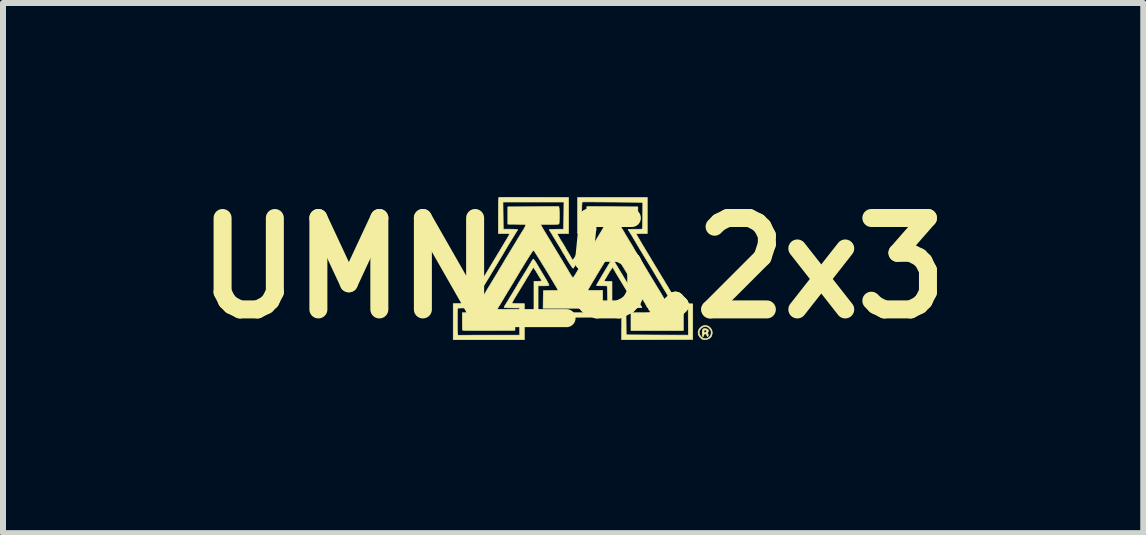
<source format=kicad_pcb>
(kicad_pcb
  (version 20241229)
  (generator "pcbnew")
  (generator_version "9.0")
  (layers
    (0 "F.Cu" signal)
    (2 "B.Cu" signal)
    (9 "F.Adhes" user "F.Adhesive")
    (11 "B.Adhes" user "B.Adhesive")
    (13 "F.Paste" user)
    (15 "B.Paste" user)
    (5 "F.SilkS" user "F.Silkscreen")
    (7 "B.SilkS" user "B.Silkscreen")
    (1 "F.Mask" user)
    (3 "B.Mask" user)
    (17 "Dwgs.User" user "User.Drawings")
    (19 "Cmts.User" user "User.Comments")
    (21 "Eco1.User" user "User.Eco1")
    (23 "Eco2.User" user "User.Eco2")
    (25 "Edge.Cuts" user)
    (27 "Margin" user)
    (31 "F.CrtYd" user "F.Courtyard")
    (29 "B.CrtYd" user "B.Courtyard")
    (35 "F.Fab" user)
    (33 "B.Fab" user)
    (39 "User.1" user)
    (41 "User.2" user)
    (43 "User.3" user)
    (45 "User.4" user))
  (footprint "UMN_5.2x3"
    (layer "F.Cu")
    (at 6.502 1.418)
    (property "Reference" "UMN_5.2x3" (at 0 0 0) (layer "F.SilkS") (effects (font (size 1.524 1.524) (thickness 0.3))))
    (attr through_hole)
    (fp_poly (pts (xy 2.211 1.011) (xy 2.213 1.011) (xy 2.24 1.021) (xy 2.254 1.036) (xy 2.255 1.055) (xy 2.248 1.067) (xy 2.24 1.081) (xy 2.243 1.088) (xy 2.25 1.098) (xy 2.252 1.115) (xy 2.251 1.132) (xy 2.245 1.141) (xy 2.242 1.141) (xy 2.232 1.131) (xy 2.227 1.117) (xy 2.217 1.101) (xy 2.202 1.095) (xy 2.188 1.099) (xy 2.18 1.113) (xy 2.18 1.117) (xy 2.176 1.134) (xy 2.167 1.141) (xy 2.157 1.137) (xy 2.154 1.132) (xy 2.152 1.117) (xy 2.152 1.092) (xy 2.152 1.071) (xy 2.155 1.044) (xy 2.18 1.044) (xy 2.18 1.052) (xy 2.183 1.069) (xy 2.188 1.075) (xy 2.202 1.074) (xy 2.203 1.074) (xy 2.221 1.064) (xy 2.225 1.052) (xy 2.224 1.038) (xy 2.214 1.033) (xy 2.203 1.033) (xy 2.185 1.035) (xy 2.18 1.044) (xy 2.155 1.044) (xy 2.156 1.037) (xy 2.166 1.017) (xy 2.183 1.009) (xy 2.211 1.011)) (stroke (width 0.01) (type solid)) (fill yes) (layer "F.SilkS"))
    (fp_poly (pts (xy 2.242 0.964) (xy 2.276 0.985) (xy 2.302 1.015) (xy 2.317 1.051) (xy 2.319 1.091) (xy 2.308 1.131) (xy 2.303 1.141) (xy 2.277 1.169) (xy 2.241 1.186) (xy 2.201 1.194) (xy 2.161 1.188) (xy 2.154 1.186) (xy 2.133 1.171) (xy 2.111 1.148) (xy 2.094 1.122) (xy 2.086 1.104) (xy 2.084 1.066) (xy 2.102 1.066) (xy 2.104 1.098) (xy 2.113 1.118) (xy 2.13 1.141) (xy 2.137 1.149) (xy 2.17 1.171) (xy 2.207 1.177) (xy 2.247 1.167) (xy 2.252 1.164) (xy 2.28 1.141) (xy 2.298 1.107) (xy 2.303 1.07) (xy 2.3 1.048) (xy 2.289 1.028) (xy 2.27 1.007) (xy 2.248 0.986) (xy 2.229 0.977) (xy 2.206 0.974) (xy 2.201 0.974) (xy 2.166 0.981) (xy 2.136 1.002) (xy 2.113 1.031) (xy 2.102 1.066) (xy 2.084 1.066) (xy 2.084 1.064) (xy 2.096 1.026) (xy 2.12 0.993) (xy 2.152 0.969) (xy 2.19 0.957) (xy 2.201 0.957) (xy 2.242 0.964)) (stroke (width 0.01) (type solid)) (fill yes) (layer "F.SilkS"))
    (fp_poly (pts (xy 1.079 -1.02) (xy 1.079 -0.732) (xy 0.929 -0.73) (xy 0.876 -0.729) (xy 0.832 -0.727) (xy 0.8 -0.724) (xy 0.782 -0.722) (xy 0.779 -0.72) (xy 0.783 -0.709) (xy 0.795 -0.688) (xy 0.811 -0.661) (xy 0.817 -0.652) (xy 0.834 -0.624) (xy 0.848 -0.603) (xy 0.855 -0.591) (xy 0.855 -0.589) (xy 0.859 -0.581) (xy 0.871 -0.562) (xy 0.889 -0.532) (xy 0.911 -0.495) (xy 0.931 -0.461) (xy 0.956 -0.421) (xy 0.978 -0.385) (xy 0.994 -0.357) (xy 1.005 -0.339) (xy 1.008 -0.334) (xy 1.012 -0.326) (xy 1.023 -0.306) (xy 1.04 -0.278) (xy 1.061 -0.244) (xy 1.064 -0.239) (xy 1.086 -0.204) (xy 1.114 -0.157) (xy 1.147 -0.104) (xy 1.18 -0.048) (xy 1.214 0.007) (xy 1.22 0.017) (xy 1.254 0.074) (xy 1.29 0.134) (xy 1.326 0.194) (xy 1.359 0.248) (xy 1.386 0.293) (xy 1.388 0.296) (xy 1.418 0.345) (xy 1.441 0.383) (xy 1.46 0.413) (xy 1.475 0.44) (xy 1.491 0.467) (xy 1.508 0.496) (xy 1.508 0.497) (xy 1.52 0.518) (xy 1.539 0.549) (xy 1.56 0.584) (xy 1.574 0.605) (xy 1.596 0.641) (xy 1.616 0.675) (xy 1.632 0.702) (xy 1.638 0.713) (xy 1.655 0.745) (xy 1.837 0.745) (xy 1.837 1.041) (xy 0.965 1.041) (xy 0.965 0.745) (xy 1.126 0.745) (xy 1.185 0.745) (xy 1.228 0.744) (xy 1.258 0.742) (xy 1.277 0.739) (xy 1.285 0.733) (xy 1.285 0.725) (xy 1.278 0.714) (xy 1.27 0.703) (xy 1.258 0.685) (xy 1.253 0.671) (xy 1.248 0.661) (xy 1.245 0.66) (xy 1.236 0.655) (xy 1.236 0.653) (xy 1.232 0.644) (xy 1.22 0.622) (xy 1.202 0.59) (xy 1.178 0.55) (xy 1.151 0.504) (xy 1.129 0.469) (xy 1.1 0.42) (xy 1.064 0.36) (xy 1.023 0.292) (xy 0.978 0.217) (xy 0.932 0.14) (xy 0.885 0.063) (xy 0.841 -0.011) (xy 0.84 -0.011) (xy 0.801 -0.076) (xy 0.765 -0.135) (xy 0.732 -0.188) (xy 0.703 -0.233) (xy 0.68 -0.269) (xy 0.663 -0.294) (xy 0.653 -0.306) (xy 0.651 -0.308) (xy 0.646 -0.299) (xy 0.633 -0.278) (xy 0.613 -0.247) (xy 0.588 -0.206) (xy 0.559 -0.158) (xy 0.527 -0.105) (xy 0.493 -0.049) (xy 0.458 0.008) (xy 0.423 0.066) (xy 0.39 0.121) (xy 0.36 0.172) (xy 0.333 0.217) (xy 0.31 0.254) (xy 0.294 0.282) (xy 0.287 0.295) (xy 0.272 0.32) (xy 0.258 0.343) (xy 0.257 0.344) (xy 0.249 0.36) (xy 0.248 0.37) (xy 0.258 0.372) (xy 0.282 0.373) (xy 0.316 0.373) (xy 0.358 0.373) (xy 0.372 0.373) (xy 0.49 0.371) (xy 0.493 0.517) (xy 0.493 0.564) (xy 0.494 0.606) (xy 0.493 0.639) (xy 0.493 0.659) (xy 0.492 0.665) (xy 0.483 0.666) (xy 0.459 0.667) (xy 0.42 0.667) (xy 0.37 0.668) (xy 0.308 0.668) (xy 0.237 0.668) (xy 0.158 0.669) (xy 0.072 0.669) (xy -0.006 0.669) (xy -0.5 0.669) (xy -0.498 0.523) (xy -0.495 0.377) (xy -0.374 0.375) (xy -0.331 0.375) (xy -0.294 0.374) (xy -0.266 0.373) (xy -0.252 0.372) (xy -0.25 0.371) (xy -0.253 0.363) (xy -0.264 0.343) (xy -0.282 0.311) (xy -0.306 0.27) (xy -0.335 0.222) (xy -0.367 0.169) (xy -0.402 0.111) (xy -0.438 0.051) (xy -0.475 -0.009) (xy -0.512 -0.068) (xy -0.546 -0.124) (xy -0.578 -0.175) (xy -0.607 -0.22) (xy -0.63 -0.257) (xy -0.648 -0.283) (xy -0.658 -0.298) (xy -0.661 -0.301) (xy -0.667 -0.294) (xy -0.681 -0.274) (xy -0.701 -0.244) (xy -0.726 -0.205) (xy -0.755 -0.159) (xy -0.787 -0.108) (xy -0.82 -0.054) (xy -0.854 0.001) (xy -0.887 0.055) (xy -0.917 0.106) (xy -0.945 0.153) (xy -0.957 0.174) (xy -0.966 0.188) (xy -0.982 0.215) (xy -1.003 0.251) (xy -1.029 0.293) (xy -1.057 0.339) (xy -1.061 0.346) (xy -1.089 0.39) (xy -1.112 0.43) (xy -1.132 0.462) (xy -1.145 0.484) (xy -1.151 0.495) (xy -1.151 0.495) (xy -1.156 0.503) (xy -1.167 0.523) (xy -1.185 0.552) (xy -1.207 0.588) (xy -1.223 0.615) (xy -1.248 0.655) (xy -1.268 0.69) (xy -1.284 0.717) (xy -1.293 0.734) (xy -1.295 0.739) (xy -1.287 0.741) (xy -1.265 0.743) (xy -1.231 0.744) (xy -1.187 0.746) (xy -1.138 0.747) (xy -1.132 0.747) (xy -0.969 0.749) (xy -0.969 1.037) (xy -1.402 1.039) (xy -1.486 1.04) (xy -1.565 1.04) (xy -1.637 1.04) (xy -1.7 1.039) (xy -1.754 1.039) (xy -1.796 1.038) (xy -1.825 1.037) (xy -1.839 1.036) (xy -1.84 1.036) (xy -1.842 1.026) (xy -1.844 1.002) (xy -1.845 0.967) (xy -1.846 0.923) (xy -1.846 0.888) (xy -1.846 0.745) (xy -1.663 0.745) (xy -1.624 0.679) (xy -1.612 0.658) (xy -1.592 0.625) (xy -1.565 0.58) (xy -1.533 0.527) (xy -1.496 0.466) (xy -1.456 0.4) (xy -1.415 0.331) (xy -1.388 0.288) (xy -1.347 0.219) (xy -1.306 0.152) (xy -1.269 0.091) (xy -1.236 0.035) (xy -1.208 -0.012) (xy -1.185 -0.049) (xy -1.17 -0.075) (xy -1.164 -0.085) (xy -1.152 -0.105) (xy -1.134 -0.136) (xy -1.11 -0.175) (xy -1.082 -0.222) (xy -1.051 -0.273) (xy -1.018 -0.327) (xy -0.985 -0.382) (xy -0.952 -0.436) (xy -0.922 -0.487) (xy -0.894 -0.532) (xy -0.871 -0.57) (xy -0.853 -0.6) (xy -0.842 -0.617) (xy -0.838 -0.622) (xy -0.825 -0.643) (xy -0.811 -0.668) (xy -0.799 -0.693) (xy -0.79 -0.714) (xy -0.788 -0.727) (xy -0.789 -0.728) (xy -0.801 -0.729) (xy -0.827 -0.729) (xy -0.863 -0.729) (xy -0.907 -0.73) (xy -0.944 -0.731) (xy -1.088 -0.732) (xy -1.088 -1.02) (xy -0.663 -1.022) (xy -0.238 -1.025) (xy -0.234 -1.001) (xy -0.232 -0.984) (xy -0.231 -0.954) (xy -0.23 -0.917) (xy -0.23 -0.875) (xy -0.23 -0.833) (xy -0.231 -0.794) (xy -0.232 -0.763) (xy -0.234 -0.743) (xy -0.235 -0.739) (xy -0.24 -0.734) (xy -0.254 -0.731) (xy -0.279 -0.73) (xy -0.316 -0.729) (xy -0.367 -0.728) (xy -0.387 -0.729) (xy -0.435 -0.729) (xy -0.477 -0.729) (xy -0.51 -0.728) (xy -0.531 -0.727) (xy -0.538 -0.726) (xy -0.539 -0.725) (xy -0.539 -0.722) (xy -0.536 -0.717) (xy -0.532 -0.707) (xy -0.524 -0.694) (xy -0.513 -0.673) (xy -0.497 -0.646) (xy -0.476 -0.611) (xy -0.449 -0.566) (xy -0.415 -0.51) (xy -0.374 -0.443) (xy -0.326 -0.362) (xy -0.309 -0.334) (xy -0.265 -0.262) (xy -0.222 -0.191) (xy -0.182 -0.125) (xy -0.145 -0.063) (xy -0.113 -0.01) (xy -0.086 0.035) (xy -0.067 0.068) (xy -0.056 0.086) (xy -0.037 0.118) (xy -0.02 0.142) (xy -0.007 0.157) (xy -0.003 0.161) (xy 0.006 0.154) (xy 0.02 0.136) (xy 0.036 0.111) (xy 0.038 0.108) (xy 0.054 0.08) (xy 0.068 0.056) (xy 0.076 0.043) (xy 0.076 0.042) (xy 0.083 0.032) (xy 0.097 0.008) (xy 0.118 -0.027) (xy 0.145 -0.071) (xy 0.177 -0.124) (xy 0.213 -0.184) (xy 0.252 -0.249) (xy 0.293 -0.318) (xy 0.336 -0.388) (xy 0.379 -0.46) (xy 0.421 -0.53) (xy 0.441 -0.564) (xy 0.469 -0.61) (xy 0.493 -0.651) (xy 0.512 -0.685) (xy 0.526 -0.709) (xy 0.533 -0.722) (xy 0.533 -0.723) (xy 0.525 -0.725) (xy 0.503 -0.726) (xy 0.469 -0.727) (xy 0.426 -0.728) (xy 0.381 -0.728) (xy 0.229 -0.728) (xy 0.229 -1.025) (xy 1.079 -1.02)) (stroke (width 0.01) (type solid)) (fill yes) (layer "F.SilkS"))
    (fp_poly (pts (xy -0.891 -1.18) (xy -0.802 -1.179) (xy -0.708 -1.179) (xy -0.652 -1.179) (xy -0.076 -1.177) (xy -0.076 -0.576) (xy -0.169 -0.576) (xy -0.215 -0.575) (xy -0.245 -0.573) (xy -0.26 -0.569) (xy -0.262 -0.566) (xy -0.258 -0.556) (xy -0.246 -0.534) (xy -0.229 -0.503) (xy -0.207 -0.466) (xy -0.195 -0.447) (xy -0.171 -0.409) (xy -0.151 -0.376) (xy -0.136 -0.351) (xy -0.128 -0.337) (xy -0.127 -0.334) (xy -0.123 -0.327) (xy -0.112 -0.307) (xy -0.095 -0.279) (xy -0.074 -0.245) (xy -0.072 -0.241) (xy -0.051 -0.206) (xy -0.034 -0.176) (xy -0.022 -0.154) (xy -0.017 -0.143) (xy -0.017 -0.143) (xy -0.013 -0.135) (xy -0.003 -0.139) (xy 0.012 -0.155) (xy 0.029 -0.179) (xy 0.033 -0.186) (xy 0.041 -0.199) (xy 0.056 -0.224) (xy 0.077 -0.26) (xy 0.103 -0.303) (xy 0.132 -0.351) (xy 0.154 -0.387) (xy 0.184 -0.437) (xy 0.211 -0.482) (xy 0.233 -0.519) (xy 0.25 -0.548) (xy 0.26 -0.566) (xy 0.262 -0.572) (xy 0.255 -0.573) (xy 0.233 -0.575) (xy 0.202 -0.575) (xy 0.169 -0.576) (xy 0.076 -0.576) (xy 0.076 -1.177) (xy 1.236 -1.177) (xy 1.236 -0.576) (xy 1.143 -0.576) (xy 1.106 -0.575) (xy 1.075 -0.574) (xy 1.056 -0.572) (xy 1.05 -0.57) (xy 1.054 -0.562) (xy 1.066 -0.541) (xy 1.085 -0.509) (xy 1.109 -0.468) (xy 1.138 -0.419) (xy 1.17 -0.364) (xy 1.192 -0.329) (xy 1.227 -0.27) (xy 1.26 -0.216) (xy 1.29 -0.166) (xy 1.315 -0.124) (xy 1.334 -0.092) (xy 1.347 -0.071) (xy 1.35 -0.065) (xy 1.359 -0.05) (xy 1.375 -0.024) (xy 1.398 0.013) (xy 1.425 0.059) (xy 1.456 0.11) (xy 1.489 0.165) (xy 1.499 0.18) (xy 1.535 0.241) (xy 1.572 0.302) (xy 1.607 0.36) (xy 1.639 0.414) (xy 1.666 0.458) (xy 1.686 0.492) (xy 1.686 0.493) (xy 1.742 0.588) (xy 1.868 0.593) (xy 1.994 0.597) (xy 1.994 1.19) (xy 1.401 1.192) (xy 0.809 1.194) (xy 0.811 0.929) (xy 0.811 0.862) (xy 0.811 0.799) (xy 0.812 0.742) (xy 0.812 0.694) (xy 0.812 0.657) (xy 0.813 0.634) (xy 0.813 0.629) (xy 0.813 0.593) (xy 0.91 0.593) (xy 0.948 0.592) (xy 0.981 0.591) (xy 1.003 0.588) (xy 1.011 0.586) (xy 1.008 0.576) (xy 0.998 0.555) (xy 0.983 0.527) (xy 0.964 0.495) (xy 0.941 0.457) (xy 0.92 0.422) (xy 0.902 0.392) (xy 0.893 0.377) (xy 0.883 0.36) (xy 0.866 0.331) (xy 0.843 0.293) (xy 0.816 0.248) (xy 0.786 0.199) (xy 0.771 0.175) (xy 0.742 0.127) (xy 0.716 0.083) (xy 0.695 0.047) (xy 0.679 0.019) (xy 0.67 0.003) (xy 0.669 -0.001) (xy 0.662 -0.008) (xy 0.658 -0.008) (xy 0.65 -0.001) (xy 0.636 0.018) (xy 0.617 0.045) (xy 0.602 0.07) (xy 0.581 0.106) (xy 0.56 0.141) (xy 0.544 0.168) (xy 0.536 0.18) (xy 0.524 0.2) (xy 0.517 0.213) (xy 0.516 0.215) (xy 0.524 0.218) (xy 0.545 0.22) (xy 0.574 0.222) (xy 0.582 0.222) (xy 0.648 0.224) (xy 0.648 0.817) (xy -0.002 0.819) (xy -0.652 0.821) (xy -0.652 0.22) (xy -0.588 0.22) (xy -0.555 0.219) (xy -0.535 0.217) (xy -0.526 0.212) (xy -0.525 0.208) (xy -0.529 0.194) (xy -0.532 0.191) (xy -0.538 0.183) (xy -0.552 0.163) (xy -0.57 0.133) (xy -0.591 0.098) (xy -0.596 0.089) (xy -0.618 0.053) (xy -0.637 0.023) (xy -0.652 0.002) (xy -0.66 -0.008) (xy -0.661 -0.008) (xy -0.668 -0.002) (xy -0.681 0.015) (xy -0.688 0.028) (xy -0.698 0.044) (xy -0.716 0.074) (xy -0.74 0.115) (xy -0.771 0.165) (xy -0.806 0.224) (xy -0.845 0.288) (xy -0.887 0.357) (xy -0.93 0.428) (xy -0.975 0.501) (xy -0.984 0.516) (xy -1.001 0.546) (xy -1.013 0.569) (xy -1.019 0.584) (xy -1.019 0.586) (xy -1.009 0.589) (xy -0.986 0.591) (xy -0.953 0.592) (xy -0.914 0.593) (xy -0.813 0.593) (xy -0.813 1.194) (xy -1.998 1.194) (xy -1.998 0.887) (xy -1.93 0.887) (xy -1.93 0.959) (xy -1.93 1.015) (xy -1.928 1.057) (xy -1.926 1.087) (xy -1.922 1.108) (xy -1.917 1.119) (xy -1.911 1.124) (xy -1.902 1.123) (xy -1.898 1.122) (xy -1.888 1.121) (xy -1.862 1.12) (xy -1.822 1.12) (xy -1.77 1.119) (xy -1.708 1.119) (xy -1.635 1.118) (xy -1.555 1.118) (xy -1.469 1.118) (xy -1.388 1.118) (xy -0.889 1.118) (xy -0.891 0.891) (xy -0.893 0.665) (xy -1.018 0.664) (xy -1.063 0.663) (xy -1.101 0.662) (xy -1.13 0.66) (xy -1.146 0.658) (xy -1.149 0.657) (xy -1.148 0.648) (xy -1.14 0.631) (xy -1.138 0.629) (xy -1.128 0.613) (xy -1.111 0.585) (xy -1.088 0.548) (xy -1.062 0.504) (xy -1.033 0.457) (xy -1.004 0.41) (xy -0.977 0.364) (xy -0.952 0.323) (xy -0.932 0.29) (xy -0.919 0.266) (xy -0.916 0.262) (xy -0.9 0.235) (xy -0.88 0.202) (xy -0.86 0.169) (xy -0.838 0.134) (xy -0.811 0.09) (xy -0.781 0.042) (xy -0.752 -0.007) (xy -0.725 -0.053) (xy -0.702 -0.091) (xy -0.692 -0.11) (xy -0.678 -0.132) (xy -0.666 -0.146) (xy -0.661 -0.148) (xy -0.654 -0.141) (xy -0.64 -0.122) (xy -0.621 -0.094) (xy -0.599 -0.058) (xy -0.59 -0.042) (xy -0.56 0.008) (xy -0.526 0.065) (xy -0.491 0.123) (xy -0.462 0.171) (xy -0.439 0.21) (xy -0.421 0.243) (xy -0.408 0.269) (xy -0.402 0.285) (xy -0.402 0.288) (xy -0.412 0.291) (xy -0.436 0.294) (xy -0.47 0.296) (xy -0.496 0.296) (xy -0.584 0.296) (xy -0.584 0.745) (xy -0.546 0.745) (xy -0.531 0.745) (xy -0.501 0.745) (xy -0.456 0.745) (xy -0.4 0.745) (xy -0.333 0.745) (xy -0.256 0.745) (xy -0.173 0.745) (xy -0.083 0.745) (xy 0.011 0.745) (xy 0.025 0.745) (xy 0.119 0.745) (xy 0.208 0.745) (xy 0.29 0.745) (xy 0.364 0.745) (xy 0.429 0.745) (xy 0.484 0.745) (xy 0.525 0.745) (xy 0.554 0.745) (xy 0.567 0.745) (xy 0.567 0.745) (xy 0.57 0.737) (xy 0.573 0.715) (xy 0.574 0.681) (xy 0.575 0.638) (xy 0.576 0.589) (xy 0.576 0.537) (xy 0.576 0.484) (xy 0.575 0.432) (xy 0.573 0.385) (xy 0.571 0.346) (xy 0.569 0.316) (xy 0.566 0.299) (xy 0.565 0.296) (xy 0.552 0.296) (xy 0.527 0.296) (xy 0.494 0.295) (xy 0.472 0.295) (xy 0.437 0.295) (xy 0.409 0.293) (xy 0.393 0.291) (xy 0.389 0.289) (xy 0.394 0.28) (xy 0.405 0.259) (xy 0.424 0.227) (xy 0.447 0.187) (xy 0.474 0.141) (xy 0.498 0.101) (xy 0.528 0.05) (xy 0.557 0.003) (xy 0.581 -0.038) (xy 0.601 -0.071) (xy 0.614 -0.093) (xy 0.619 -0.101) (xy 0.637 -0.128) (xy 0.652 -0.146) (xy 0.664 -0.153) (xy 0.669 -0.147) (xy 0.669 -0.144) (xy 0.673 -0.135) (xy 0.685 -0.113) (xy 0.702 -0.083) (xy 0.724 -0.046) (xy 0.74 -0.02) (xy 0.759 0.013) (xy 0.786 0.057) (xy 0.819 0.111) (xy 0.855 0.172) (xy 0.895 0.237) (xy 0.935 0.304) (xy 0.976 0.371) (xy 1.014 0.435) (xy 1.049 0.493) (xy 1.08 0.543) (xy 1.1 0.577) (xy 1.113 0.6) (xy 1.129 0.626) (xy 1.132 0.63) (xy 1.143 0.651) (xy 1.142 0.66) (xy 1.141 0.661) (xy 1.129 0.661) (xy 1.103 0.661) (xy 1.068 0.661) (xy 1.026 0.661) (xy 1.016 0.661) (xy 0.973 0.661) (xy 0.936 0.663) (xy 0.908 0.665) (xy 0.892 0.667) (xy 0.891 0.667) (xy 0.888 0.673) (xy 0.885 0.688) (xy 0.883 0.711) (xy 0.882 0.746) (xy 0.882 0.795) (xy 0.882 0.857) (xy 0.883 0.894) (xy 0.885 1.113) (xy 1.403 1.116) (xy 1.922 1.118) (xy 1.92 0.891) (xy 1.918 0.665) (xy 1.816 0.664) (xy 1.776 0.664) (xy 1.741 0.662) (xy 1.716 0.66) (xy 1.705 0.658) (xy 1.696 0.648) (xy 1.682 0.627) (xy 1.665 0.6) (xy 1.662 0.596) (xy 1.644 0.565) (xy 1.628 0.537) (xy 1.617 0.518) (xy 1.616 0.517) (xy 1.607 0.503) (xy 1.591 0.476) (xy 1.57 0.442) (xy 1.547 0.402) (xy 1.536 0.384) (xy 1.51 0.342) (xy 1.485 0.3) (xy 1.464 0.265) (xy 1.448 0.238) (xy 1.444 0.232) (xy 1.427 0.203) (xy 1.406 0.168) (xy 1.385 0.133) (xy 1.384 0.131) (xy 1.367 0.103) (xy 1.344 0.064) (xy 1.317 0.019) (xy 1.288 -0.029) (xy 1.261 -0.073) (xy 1.237 -0.112) (xy 1.228 -0.127) (xy 1.22 -0.14) (xy 1.205 -0.165) (xy 1.185 -0.198) (xy 1.162 -0.235) (xy 1.139 -0.274) (xy 1.116 -0.311) (xy 1.097 -0.344) (xy 1.082 -0.368) (xy 1.075 -0.38) (xy 1.066 -0.396) (xy 1.05 -0.423) (xy 1.03 -0.456) (xy 1.012 -0.487) (xy 0.99 -0.525) (xy 0.968 -0.561) (xy 0.949 -0.591) (xy 0.939 -0.606) (xy 0.926 -0.627) (xy 0.919 -0.641) (xy 0.918 -0.645) (xy 0.927 -0.646) (xy 0.95 -0.646) (xy 0.984 -0.647) (xy 1.025 -0.647) (xy 1.037 -0.647) (xy 1.079 -0.647) (xy 1.115 -0.648) (xy 1.141 -0.649) (xy 1.155 -0.652) (xy 1.156 -0.653) (xy 1.157 -0.663) (xy 1.158 -0.687) (xy 1.159 -0.724) (xy 1.16 -0.771) (xy 1.161 -0.826) (xy 1.161 -0.878) (xy 1.162 -1.096) (xy 0.661 -1.101) (xy 0.571 -1.101) (xy 0.485 -1.102) (xy 0.406 -1.102) (xy 0.335 -1.103) (xy 0.273 -1.103) (xy 0.223 -1.103) (xy 0.185 -1.103) (xy 0.161 -1.102) (xy 0.152 -1.102) (xy 0.149 -1.093) (xy 0.147 -1.07) (xy 0.145 -1.035) (xy 0.144 -0.991) (xy 0.143 -0.942) (xy 0.143 -0.889) (xy 0.144 -0.836) (xy 0.145 -0.785) (xy 0.146 -0.739) (xy 0.148 -0.7) (xy 0.15 -0.672) (xy 0.153 -0.657) (xy 0.154 -0.655) (xy 0.167 -0.652) (xy 0.192 -0.65) (xy 0.227 -0.648) (xy 0.268 -0.647) (xy 0.273 -0.647) (xy 0.314 -0.647) (xy 0.349 -0.645) (xy 0.373 -0.644) (xy 0.385 -0.642) (xy 0.385 -0.642) (xy 0.382 -0.634) (xy 0.372 -0.613) (xy 0.354 -0.581) (xy 0.331 -0.541) (xy 0.303 -0.494) (xy 0.272 -0.441) (xy 0.266 -0.431) (xy 0.232 -0.375) (xy 0.2 -0.321) (xy 0.171 -0.272) (xy 0.146 -0.231) (xy 0.127 -0.198) (xy 0.115 -0.178) (xy 0.115 -0.178) (xy 0.086 -0.13) (xy 0.06 -0.086) (xy 0.037 -0.049) (xy 0.018 -0.02) (xy 0.005 -0.001) (xy 0.000084 0.004) (xy -0.006 -0.001) (xy -0.019 -0.018) (xy -0.036 -0.043) (xy -0.057 -0.074) (xy -0.077 -0.106) (xy -0.097 -0.138) (xy -0.113 -0.165) (xy -0.124 -0.185) (xy -0.126 -0.19) (xy -0.133 -0.202) (xy -0.145 -0.222) (xy -0.154 -0.234) (xy -0.167 -0.255) (xy -0.176 -0.27) (xy -0.178 -0.274) (xy -0.182 -0.282) (xy -0.193 -0.302) (xy -0.21 -0.331) (xy -0.231 -0.366) (xy -0.255 -0.404) (xy -0.279 -0.444) (xy -0.302 -0.482) (xy -0.313 -0.5) (xy -0.322 -0.513) (xy -0.335 -0.536) (xy -0.348 -0.559) (xy -0.365 -0.586) (xy -0.379 -0.609) (xy -0.388 -0.62) (xy -0.396 -0.634) (xy -0.395 -0.641) (xy -0.385 -0.643) (xy -0.361 -0.645) (xy -0.327 -0.646) (xy -0.285 -0.647) (xy -0.273 -0.647) (xy -0.157 -0.648) (xy -0.152 -1.101) (xy -1.169 -1.101) (xy -1.164 -0.648) (xy -1.048 -0.648) (xy -1.006 -0.647) (xy -0.969 -0.646) (xy -0.942 -0.645) (xy -0.928 -0.643) (xy -0.927 -0.642) (xy -0.927 -0.632) (xy -0.931 -0.625) (xy -0.938 -0.615) (xy -0.952 -0.593) (xy -0.972 -0.561) (xy -0.996 -0.521) (xy -1.023 -0.477) (xy -1.052 -0.43) (xy -1.081 -0.383) (xy -1.108 -0.338) (xy -1.132 -0.297) (xy -1.147 -0.271) (xy -1.16 -0.249) (xy -1.18 -0.215) (xy -1.205 -0.174) (xy -1.233 -0.128) (xy -1.261 -0.08) (xy -1.289 -0.034) (xy -1.315 0.008) (xy -1.337 0.045) (xy -1.353 0.072) (xy -1.363 0.088) (xy -1.363 0.089) (xy -1.373 0.105) (xy -1.389 0.132) (xy -1.41 0.167) (xy -1.435 0.207) (xy -1.448 0.229) (xy -1.475 0.273) (xy -1.502 0.318) (xy -1.526 0.358) (xy -1.544 0.389) (xy -1.549 0.398) (xy -1.561 0.419) (xy -1.579 0.448) (xy -1.6 0.484) (xy -1.624 0.523) (xy -1.647 0.562) (xy -1.669 0.597) (xy -1.687 0.628) (xy -1.701 0.649) (xy -1.707 0.659) (xy -1.716 0.66) (xy -1.738 0.662) (xy -1.771 0.663) (xy -1.809 0.664) (xy -1.849 0.665) (xy -1.884 0.666) (xy -1.909 0.667) (xy -1.92 0.668) (xy -1.923 0.672) (xy -1.926 0.685) (xy -1.928 0.708) (xy -1.929 0.742) (xy -1.93 0.79) (xy -1.93 0.852) (xy -1.93 0.887) (xy -1.998 0.887) (xy -1.998 0.593) (xy -1.874 0.591) (xy -1.75 0.588) (xy -1.646 0.415) (xy -1.562 0.276) (xy -1.487 0.152) (xy -1.42 0.04) (xy -1.36 -0.059) (xy -1.307 -0.147) (xy -1.261 -0.224) (xy -1.22 -0.291) (xy -1.186 -0.348) (xy -1.157 -0.397) (xy -1.132 -0.438) (xy -1.112 -0.471) (xy -1.096 -0.498) (xy -1.084 -0.519) (xy -1.074 -0.536) (xy -1.068 -0.548) (xy -1.063 -0.556) (xy -1.06 -0.562) (xy -1.059 -0.565) (xy -1.058 -0.567) (xy -1.058 -0.568) (xy -1.066 -0.571) (xy -1.088 -0.574) (xy -1.119 -0.575) (xy -1.151 -0.576) (xy -1.245 -0.576) (xy -1.245 -0.876) (xy -1.244 -0.963) (xy -1.244 -1.036) (xy -1.243 -1.094) (xy -1.241 -1.138) (xy -1.239 -1.166) (xy -1.237 -1.178) (xy -1.236 -1.178) (xy -1.226 -1.179) (xy -1.201 -1.179) (xy -1.162 -1.179) (xy -1.11 -1.18) (xy -1.046 -1.18) (xy -0.973 -1.18) (xy -0.891 -1.18)) (stroke (width 0.01) (type solid)) (fill yes) (layer "F.SilkS")))
  (gr_rect
    (start -3 -3)
    (end 16.005 5.836)
    (stroke (width 0.1) (type default))
    (fill no)
    (layer "Edge.Cuts")))
</source>
